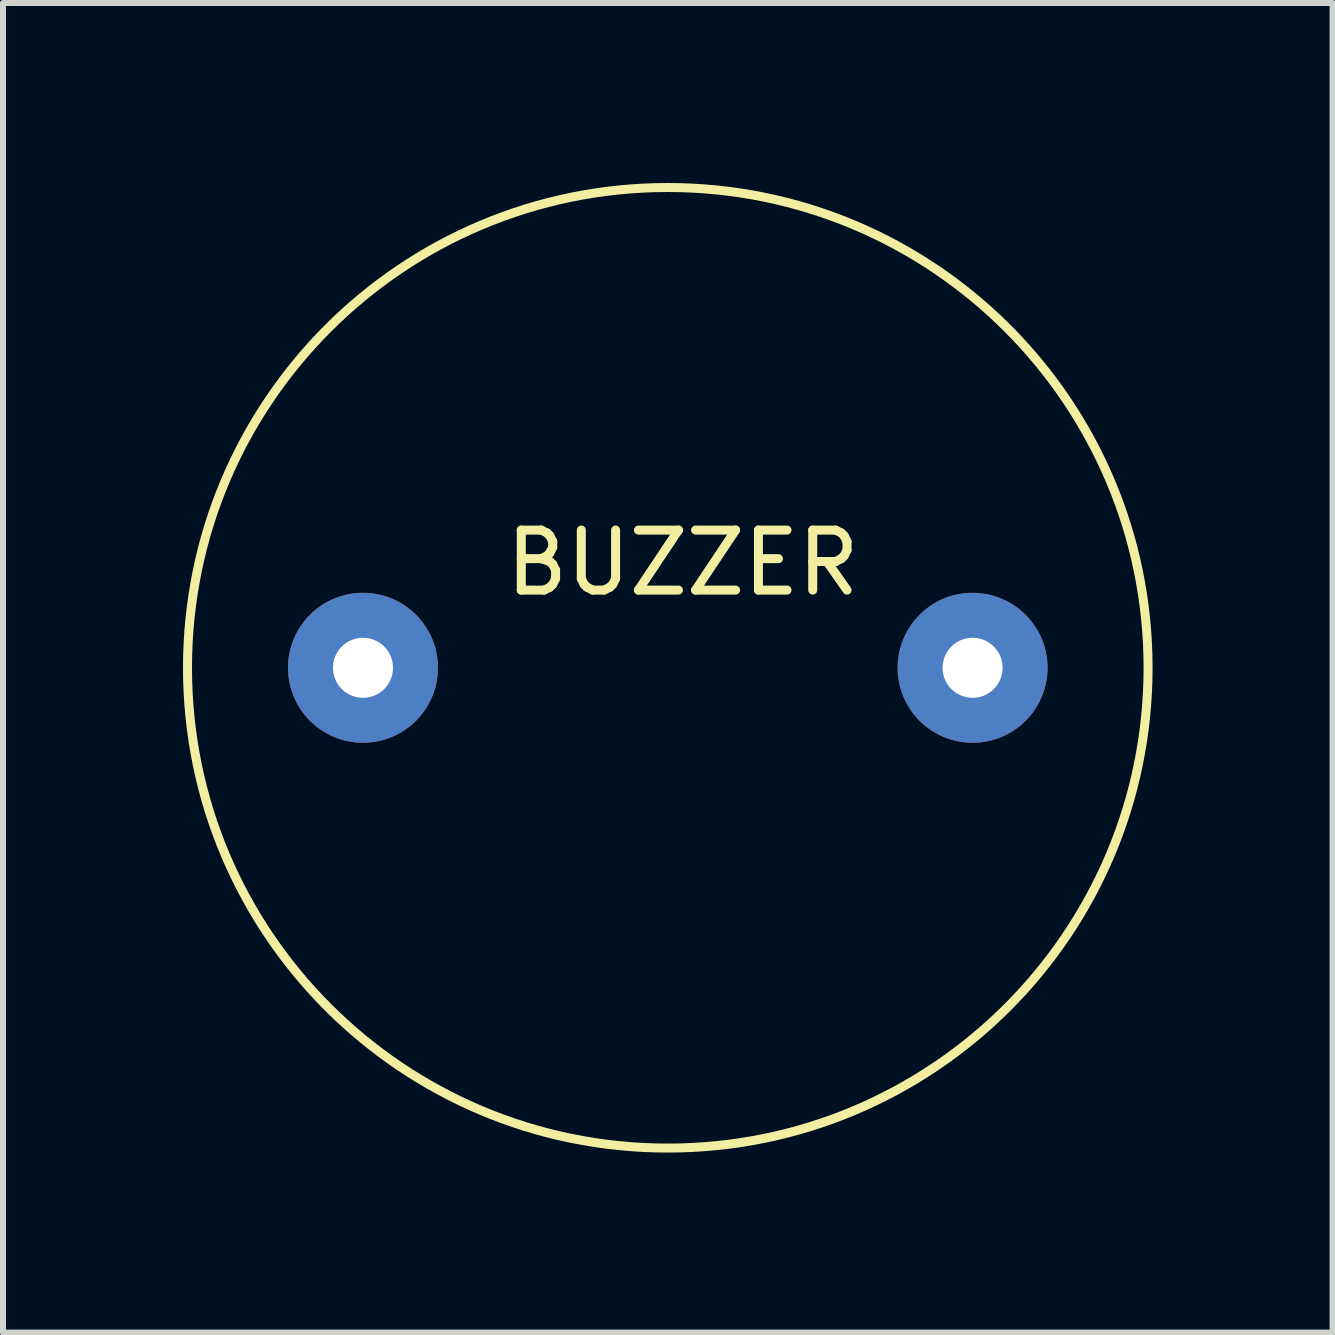
<source format=kicad_pcb>
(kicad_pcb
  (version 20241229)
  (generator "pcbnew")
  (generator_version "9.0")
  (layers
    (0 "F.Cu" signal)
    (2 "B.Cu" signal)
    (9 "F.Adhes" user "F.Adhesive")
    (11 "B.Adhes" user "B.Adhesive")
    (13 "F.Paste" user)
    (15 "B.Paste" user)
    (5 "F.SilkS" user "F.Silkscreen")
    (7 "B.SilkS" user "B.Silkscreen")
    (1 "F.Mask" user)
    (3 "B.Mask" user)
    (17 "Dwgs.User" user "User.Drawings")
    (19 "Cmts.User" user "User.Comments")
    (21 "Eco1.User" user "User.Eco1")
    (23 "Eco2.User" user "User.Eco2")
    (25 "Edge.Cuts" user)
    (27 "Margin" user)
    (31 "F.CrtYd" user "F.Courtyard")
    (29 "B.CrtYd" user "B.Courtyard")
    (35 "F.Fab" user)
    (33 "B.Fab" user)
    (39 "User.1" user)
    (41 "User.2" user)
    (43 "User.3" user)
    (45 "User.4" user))
  (footprint "BUZZER"
    (layer "F.Cu")
    (at 8.08 8.08)
    (property "Reference" "BUZZER" (at 0.249 -1.75 0) (layer "F.SilkS") (effects (font (size 1 1) (thickness 0.15))))
    (attr through_hole)
    (fp_circle (center 0 0) (end 8.001 0.249) (stroke (width 0.15) (type solid)) (fill no) (layer "F.SilkS"))
    (pad "1" thru_hole circle (at -5.08 0) (size 2.499 2.499) (drill 1.001) (layers "*.Cu" "*.Mask"))
    (pad "2" thru_hole circle (at 5.08 0) (size 2.499 2.499) (drill 1.001) (layers "*.Cu" "*.Mask")))
  (gr_rect
    (start -3 -3)
    (end 19.16 19.16)
    (stroke (width 0.1) (type default))
    (fill no)
    (layer "Edge.Cuts")))
</source>
